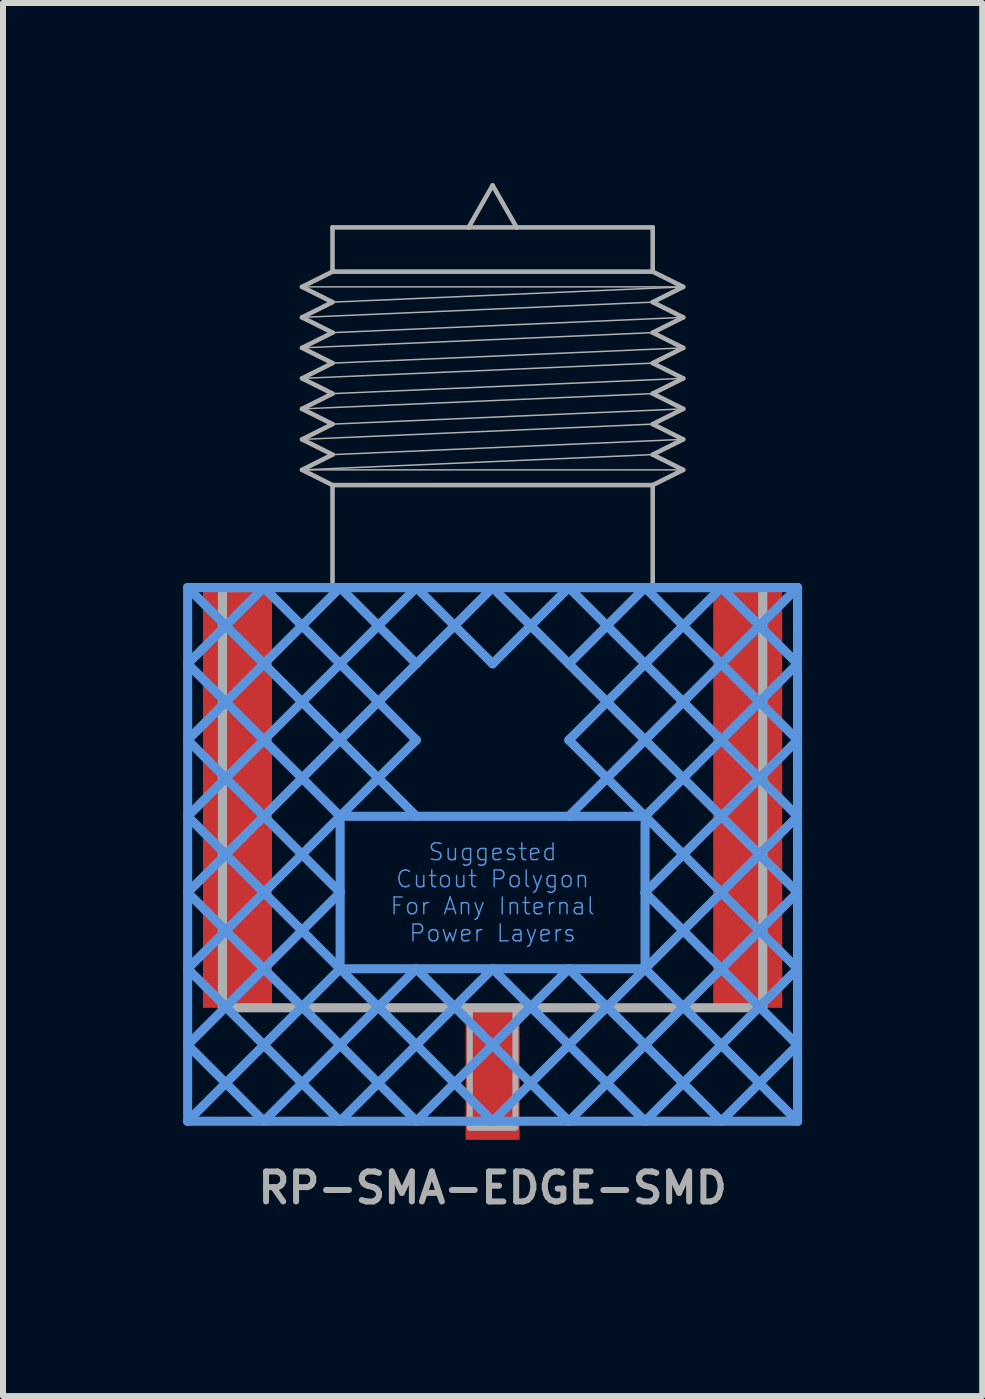
<source format=kicad_pcb>
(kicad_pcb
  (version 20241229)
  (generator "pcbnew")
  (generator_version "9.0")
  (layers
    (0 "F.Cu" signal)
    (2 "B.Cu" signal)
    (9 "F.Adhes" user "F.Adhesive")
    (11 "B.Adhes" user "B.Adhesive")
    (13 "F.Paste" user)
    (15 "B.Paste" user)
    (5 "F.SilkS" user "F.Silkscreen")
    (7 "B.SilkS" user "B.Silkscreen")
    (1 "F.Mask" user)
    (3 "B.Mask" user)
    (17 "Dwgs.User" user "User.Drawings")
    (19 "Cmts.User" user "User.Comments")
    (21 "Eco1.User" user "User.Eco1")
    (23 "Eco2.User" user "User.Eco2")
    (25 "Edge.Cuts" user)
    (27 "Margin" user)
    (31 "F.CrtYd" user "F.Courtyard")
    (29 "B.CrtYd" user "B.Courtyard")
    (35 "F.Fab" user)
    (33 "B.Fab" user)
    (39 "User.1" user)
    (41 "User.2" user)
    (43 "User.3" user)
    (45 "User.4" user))
  (footprint "RP-SMA-EDGE-SMD"
    (layer "F.Cu")
    (at 5.156 6.738)
    (property "Reference" "RP-SMA-EDGE-SMD" (at 0 10 0) (layer "F.Fab") (effects (font (size 0.5 0.5) (thickness 0.1) (bold yes))))
    (fp_poly (pts (xy -4.93 7) (xy -3.68 7) (xy -3.68 0) (xy -4.93 0)) (stroke (width 0) (type default)) (fill yes) (layer "F.Paste"))
    (fp_poly (pts (xy -0.55 9.39) (xy 0.55 9.39) (xy 0.55 6.99) (xy -0.55 6.99)) (stroke (width 0) (type default)) (fill yes) (layer "F.Paste"))
    (fp_poly (pts (xy 3.68 7) (xy 4.93 7) (xy 4.93 0) (xy 3.68 0)) (stroke (width 0) (type default)) (fill yes) (layer "F.Paste"))
    (fp_line (start -5.08 0) (end -5.08 1.27) (stroke (width 0.152) (type solid)) (layer "Cmts.User"))
    (fp_line (start -5.08 0) (end -1.27 3.81) (stroke (width 0.152) (type solid)) (layer "Cmts.User"))
    (fp_line (start -5.08 1.27) (end -5.08 2.54) (stroke (width 0.152) (type solid)) (layer "Cmts.User"))
    (fp_line (start -5.08 1.27) (end -2.54 3.81) (stroke (width 0.152) (type solid)) (layer "Cmts.User"))
    (fp_line (start -5.08 2.54) (end -5.08 3.81) (stroke (width 0.152) (type solid)) (layer "Cmts.User"))
    (fp_line (start -5.08 2.54) (end -2.54 5.08) (stroke (width 0.152) (type solid)) (layer "Cmts.User"))
    (fp_line (start -5.08 3.81) (end -5.08 5.08) (stroke (width 0.152) (type solid)) (layer "Cmts.User"))
    (fp_line (start -5.08 3.81) (end -2.54 6.35) (stroke (width 0.152) (type solid)) (layer "Cmts.User"))
    (fp_line (start -5.08 5.08) (end -5.08 6.35) (stroke (width 0.152) (type solid)) (layer "Cmts.User"))
    (fp_line (start -5.08 5.08) (end -1.27 8.89) (stroke (width 0.152) (type solid)) (layer "Cmts.User"))
    (fp_line (start -5.08 6.35) (end -5.08 7.62) (stroke (width 0.152) (type solid)) (layer "Cmts.User"))
    (fp_line (start -5.08 6.35) (end -2.54 8.89) (stroke (width 0.152) (type solid)) (layer "Cmts.User"))
    (fp_line (start -5.08 7.62) (end -5.08 8.89) (stroke (width 0.152) (type solid)) (layer "Cmts.User"))
    (fp_line (start -5.08 7.62) (end -3.81 8.89) (stroke (width 0.152) (type solid)) (layer "Cmts.User"))
    (fp_line (start -5.08 8.89) (end -3.81 8.89) (stroke (width 0.152) (type solid)) (layer "Cmts.User"))
    (fp_line (start -3.81 0) (end -5.08 0) (stroke (width 0.152) (type solid)) (layer "Cmts.User"))
    (fp_line (start -3.81 0) (end -5.08 1.27) (stroke (width 0.152) (type solid)) (layer "Cmts.User"))
    (fp_line (start -3.81 0) (end -1.27 2.54) (stroke (width 0.152) (type solid)) (layer "Cmts.User"))
    (fp_line (start -3.81 8.89) (end -2.54 8.89) (stroke (width 0.152) (type solid)) (layer "Cmts.User"))
    (fp_line (start -2.54 0) (end -5.08 2.54) (stroke (width 0.152) (type solid)) (layer "Cmts.User"))
    (fp_line (start -2.54 0) (end -3.81 0) (stroke (width 0.152) (type solid)) (layer "Cmts.User"))
    (fp_line (start -2.54 0) (end -1.27 1.27) (stroke (width 0.152) (type solid)) (layer "Cmts.User"))
    (fp_line (start -2.54 3.81) (end -5.08 6.35) (stroke (width 0.152) (type solid)) (layer "Cmts.User"))
    (fp_line (start -2.54 3.81) (end -2.54 5.08) (stroke (width 0.152) (type solid)) (layer "Cmts.User"))
    (fp_line (start -2.54 5.08) (end -5.08 7.62) (stroke (width 0.152) (type solid)) (layer "Cmts.User"))
    (fp_line (start -2.54 5.08) (end -2.54 6.35) (stroke (width 0.152) (type solid)) (layer "Cmts.User"))
    (fp_line (start -2.54 6.35) (end -5.08 8.89) (stroke (width 0.152) (type solid)) (layer "Cmts.User"))
    (fp_line (start -2.54 6.35) (end -1.27 6.35) (stroke (width 0.152) (type solid)) (layer "Cmts.User"))
    (fp_line (start -2.54 6.35) (end 0 8.89) (stroke (width 0.152) (type solid)) (layer "Cmts.User"))
    (fp_line (start -2.54 8.89) (end -1.27 8.89) (stroke (width 0.152) (type solid)) (layer "Cmts.User"))
    (fp_line (start -1.27 0) (end -5.08 3.81) (stroke (width 0.152) (type solid)) (layer "Cmts.User"))
    (fp_line (start -1.27 0) (end -2.54 0) (stroke (width 0.152) (type solid)) (layer "Cmts.User"))
    (fp_line (start -1.27 0) (end 0 1.27) (stroke (width 0.152) (type solid)) (layer "Cmts.User"))
    (fp_line (start -1.27 1.27) (end -5.08 5.08) (stroke (width 0.152) (type solid)) (layer "Cmts.User"))
    (fp_line (start -1.27 2.54) (end -2.54 3.81) (stroke (width 0.152) (type solid)) (layer "Cmts.User"))
    (fp_line (start -1.27 3.81) (end -2.54 3.81) (stroke (width 0.152) (type solid)) (layer "Cmts.User"))
    (fp_line (start -1.27 6.35) (end -3.81 8.89) (stroke (width 0.152) (type solid)) (layer "Cmts.User"))
    (fp_line (start -1.27 6.35) (end 0 6.35) (stroke (width 0.152) (type solid)) (layer "Cmts.User"))
    (fp_line (start -1.27 6.35) (end 1.27 8.89) (stroke (width 0.152) (type solid)) (layer "Cmts.User"))
    (fp_line (start -1.27 8.89) (end 0 8.89) (stroke (width 0.152) (type solid)) (layer "Cmts.User"))
    (fp_line (start 0 0) (end -1.27 0) (stroke (width 0.152) (type solid)) (layer "Cmts.User"))
    (fp_line (start 0 0) (end -1.27 1.27) (stroke (width 0.152) (type solid)) (layer "Cmts.User"))
    (fp_line (start 0 0) (end 1.27 1.27) (stroke (width 0.152) (type solid)) (layer "Cmts.User"))
    (fp_line (start 0 6.35) (end -2.54 8.89) (stroke (width 0.152) (type solid)) (layer "Cmts.User"))
    (fp_line (start 0 6.35) (end 1.27 6.35) (stroke (width 0.152) (type solid)) (layer "Cmts.User"))
    (fp_line (start 0 6.35) (end 2.54 8.89) (stroke (width 0.152) (type solid)) (layer "Cmts.User"))
    (fp_line (start 0 8.89) (end 1.27 8.89) (stroke (width 0.152) (type solid)) (layer "Cmts.User"))
    (fp_line (start 1.27 0) (end 0 0) (stroke (width 0.152) (type solid)) (layer "Cmts.User"))
    (fp_line (start 1.27 0) (end 0 1.27) (stroke (width 0.152) (type solid)) (layer "Cmts.User"))
    (fp_line (start 1.27 0) (end 5.08 3.81) (stroke (width 0.152) (type solid)) (layer "Cmts.User"))
    (fp_line (start 1.27 1.27) (end 5.08 5.08) (stroke (width 0.152) (type solid)) (layer "Cmts.User"))
    (fp_line (start 1.27 2.54) (end 2.54 3.81) (stroke (width 0.152) (type solid)) (layer "Cmts.User"))
    (fp_line (start 1.27 3.81) (end -1.27 3.81) (stroke (width 0.152) (type solid)) (layer "Cmts.User"))
    (fp_line (start 1.27 6.35) (end -1.27 8.89) (stroke (width 0.152) (type solid)) (layer "Cmts.User"))
    (fp_line (start 1.27 6.35) (end 2.54 6.35) (stroke (width 0.152) (type solid)) (layer "Cmts.User"))
    (fp_line (start 1.27 6.35) (end 3.81 8.89) (stroke (width 0.152) (type solid)) (layer "Cmts.User"))
    (fp_line (start 1.27 8.89) (end 2.54 8.89) (stroke (width 0.152) (type solid)) (layer "Cmts.User"))
    (fp_line (start 2.54 0) (end 1.27 0) (stroke (width 0.152) (type solid)) (layer "Cmts.User"))
    (fp_line (start 2.54 0) (end 1.27 1.27) (stroke (width 0.152) (type solid)) (layer "Cmts.User"))
    (fp_line (start 2.54 0) (end 5.08 2.54) (stroke (width 0.152) (type solid)) (layer "Cmts.User"))
    (fp_line (start 2.54 3.81) (end 1.27 3.81) (stroke (width 0.152) (type solid)) (layer "Cmts.User"))
    (fp_line (start 2.54 3.81) (end 5.08 6.35) (stroke (width 0.152) (type solid)) (layer "Cmts.User"))
    (fp_line (start 2.54 5.08) (end 2.54 3.81) (stroke (width 0.152) (type solid)) (layer "Cmts.User"))
    (fp_line (start 2.54 5.08) (end 5.08 7.62) (stroke (width 0.152) (type solid)) (layer "Cmts.User"))
    (fp_line (start 2.54 6.35) (end 0 8.89) (stroke (width 0.152) (type solid)) (layer "Cmts.User"))
    (fp_line (start 2.54 6.35) (end 2.54 5.08) (stroke (width 0.152) (type solid)) (layer "Cmts.User"))
    (fp_line (start 2.54 6.35) (end 5.08 8.89) (stroke (width 0.152) (type solid)) (layer "Cmts.User"))
    (fp_line (start 2.54 8.89) (end 3.81 8.89) (stroke (width 0.152) (type solid)) (layer "Cmts.User"))
    (fp_line (start 3.81 0) (end 1.27 2.54) (stroke (width 0.152) (type solid)) (layer "Cmts.User"))
    (fp_line (start 3.81 0) (end 2.54 0) (stroke (width 0.152) (type solid)) (layer "Cmts.User"))
    (fp_line (start 3.81 8.89) (end 5.08 8.89) (stroke (width 0.152) (type solid)) (layer "Cmts.User"))
    (fp_line (start 5.08 0) (end 1.27 3.81) (stroke (width 0.152) (type solid)) (layer "Cmts.User"))
    (fp_line (start 5.08 0) (end 3.81 0) (stroke (width 0.152) (type solid)) (layer "Cmts.User"))
    (fp_line (start 5.08 1.27) (end 2.54 3.81) (stroke (width 0.152) (type solid)) (layer "Cmts.User"))
    (fp_line (start 5.08 1.27) (end 3.81 0) (stroke (width 0.152) (type solid)) (layer "Cmts.User"))
    (fp_line (start 5.08 1.27) (end 5.08 0) (stroke (width 0.152) (type solid)) (layer "Cmts.User"))
    (fp_line (start 5.08 2.54) (end 2.54 5.08) (stroke (width 0.152) (type solid)) (layer "Cmts.User"))
    (fp_line (start 5.08 2.54) (end 5.08 1.27) (stroke (width 0.152) (type solid)) (layer "Cmts.User"))
    (fp_line (start 5.08 3.81) (end 2.54 6.35) (stroke (width 0.152) (type solid)) (layer "Cmts.User"))
    (fp_line (start 5.08 3.81) (end 5.08 2.54) (stroke (width 0.152) (type solid)) (layer "Cmts.User"))
    (fp_line (start 5.08 5.08) (end 1.27 8.89) (stroke (width 0.152) (type solid)) (layer "Cmts.User"))
    (fp_line (start 5.08 5.08) (end 5.08 3.81) (stroke (width 0.152) (type solid)) (layer "Cmts.User"))
    (fp_line (start 5.08 6.35) (end 2.54 8.89) (stroke (width 0.152) (type solid)) (layer "Cmts.User"))
    (fp_line (start 5.08 6.35) (end 5.08 5.08) (stroke (width 0.152) (type solid)) (layer "Cmts.User"))
    (fp_line (start 5.08 7.62) (end 3.81 8.89) (stroke (width 0.152) (type solid)) (layer "Cmts.User"))
    (fp_line (start 5.08 7.62) (end 5.08 6.35) (stroke (width 0.152) (type solid)) (layer "Cmts.User"))
    (fp_line (start 5.08 8.89) (end 5.08 7.62) (stroke (width 0.152) (type solid)) (layer "Cmts.User"))
    (fp_line (start -4.5 0) (end -2.667 0) (stroke (width 0.152) (type solid)) (layer "F.Fab"))
    (fp_line (start -4.5 7) (end -4.5 0) (stroke (width 0.152) (type solid)) (layer "F.Fab"))
    (fp_line (start -3.175 -5.009) (end -2.667 -5.263) (stroke (width 0.076) (type solid)) (layer "F.Fab"))
    (fp_line (start -3.175 -4.501) (end -2.667 -4.755) (stroke (width 0.076) (type solid)) (layer "F.Fab"))
    (fp_line (start -3.175 -4.501) (end 2.667 -4.755) (stroke (width 0.025) (type solid)) (layer "F.Fab"))
    (fp_line (start -3.175 -3.993) (end -2.667 -4.247) (stroke (width 0.076) (type solid)) (layer "F.Fab"))
    (fp_line (start -3.175 -3.993) (end -2.667 -3.739) (stroke (width 0.076) (type solid)) (layer "F.Fab"))
    (fp_line (start -3.175 -3.993) (end 2.667 -4.247) (stroke (width 0.025) (type solid)) (layer "F.Fab"))
    (fp_line (start -3.175 -3.485) (end -2.667 -3.739) (stroke (width 0.076) (type solid)) (layer "F.Fab"))
    (fp_line (start -3.175 -3.485) (end 2.667 -3.739) (stroke (width 0.025) (type solid)) (layer "F.Fab"))
    (fp_line (start -3.175 -2.977) (end -2.667 -3.231) (stroke (width 0.076) (type solid)) (layer "F.Fab"))
    (fp_line (start -3.175 -2.977) (end 2.667 -3.231) (stroke (width 0.025) (type solid)) (layer "F.Fab"))
    (fp_line (start -3.175 -2.469) (end -2.667 -2.723) (stroke (width 0.076) (type solid)) (layer "F.Fab"))
    (fp_line (start -3.175 -2.469) (end 2.667 -2.723) (stroke (width 0.025) (type solid)) (layer "F.Fab"))
    (fp_line (start -3.175 -1.961) (end -2.667 -2.215) (stroke (width 0.076) (type solid)) (layer "F.Fab"))
    (fp_line (start -3.175 -1.961) (end 2.667 -2.215) (stroke (width 0.025) (type solid)) (layer "F.Fab"))
    (fp_line (start -3.175 -1.961) (end 3.175 -1.961) (stroke (width 0.025) (type solid)) (layer "F.Fab"))
    (fp_line (start -2.667 -6) (end -0.4 -6) (stroke (width 0.076) (type solid)) (layer "F.Fab"))
    (fp_line (start -2.667 -5.263) (end -2.667 -6) (stroke (width 0.076) (type solid)) (layer "F.Fab"))
    (fp_line (start -2.667 -5.263) (end 2.667 -5.263) (stroke (width 0.076) (type solid)) (layer "F.Fab"))
    (fp_line (start -2.667 -4.755) (end -3.175 -5.009) (stroke (width 0.076) (type solid)) (layer "F.Fab"))
    (fp_line (start -2.667 -4.755) (end 3.175 -5.009) (stroke (width 0.025) (type solid)) (layer "F.Fab"))
    (fp_line (start -2.667 -4.247) (end -3.175 -4.501) (stroke (width 0.076) (type solid)) (layer "F.Fab"))
    (fp_line (start -2.667 -4.247) (end 3.175 -4.501) (stroke (width 0.025) (type solid)) (layer "F.Fab"))
    (fp_line (start -2.667 -3.739) (end 3.175 -3.993) (stroke (width 0.025) (type solid)) (layer "F.Fab"))
    (fp_line (start -2.667 -3.231) (end -3.175 -3.485) (stroke (width 0.076) (type solid)) (layer "F.Fab"))
    (fp_line (start -2.667 -3.231) (end 3.175 -3.485) (stroke (width 0.025) (type solid)) (layer "F.Fab"))
    (fp_line (start -2.667 -2.723) (end -3.175 -2.977) (stroke (width 0.076) (type solid)) (layer "F.Fab"))
    (fp_line (start -2.667 -2.723) (end 3.175 -2.977) (stroke (width 0.025) (type solid)) (layer "F.Fab"))
    (fp_line (start -2.667 -2.215) (end -3.175 -2.469) (stroke (width 0.076) (type solid)) (layer "F.Fab"))
    (fp_line (start -2.667 -2.215) (end 3.175 -2.469) (stroke (width 0.025) (type solid)) (layer "F.Fab"))
    (fp_line (start -2.667 -1.707) (end -3.175 -1.961) (stroke (width 0.076) (type solid)) (layer "F.Fab"))
    (fp_line (start -2.667 -1.707) (end 2.667 -1.707) (stroke (width 0.076) (type solid)) (layer "F.Fab"))
    (fp_line (start -2.667 0) (end -2.667 -1.707) (stroke (width 0.076) (type solid)) (layer "F.Fab"))
    (fp_line (start -2.667 0) (end 2.667 0) (stroke (width 0.152) (type solid)) (layer "F.Fab"))
    (fp_line (start -0.4 -6) (end 0 -6.7) (stroke (width 0.076) (type solid)) (layer "F.Fab"))
    (fp_line (start -0.4 -6) (end 0.4 -6) (stroke (width 0.076) (type solid)) (layer "F.Fab"))
    (fp_line (start 0 -6.7) (end 0.4 -6) (stroke (width 0.076) (type solid)) (layer "F.Fab"))
    (fp_line (start 0.4 -6) (end 2.667 -6) (stroke (width 0.076) (type solid)) (layer "F.Fab"))
    (fp_line (start 2.667 -6) (end 2.667 -5.263) (stroke (width 0.076) (type solid)) (layer "F.Fab"))
    (fp_line (start 2.667 -5.263) (end 3.175 -5.009) (stroke (width 0.076) (type solid)) (layer "F.Fab"))
    (fp_line (start 2.667 -4.755) (end 3.175 -4.501) (stroke (width 0.076) (type solid)) (layer "F.Fab"))
    (fp_line (start 2.667 -4.247) (end 3.175 -3.993) (stroke (width 0.076) (type solid)) (layer "F.Fab"))
    (fp_line (start 2.667 -3.739) (end 3.175 -3.485) (stroke (width 0.076) (type solid)) (layer "F.Fab"))
    (fp_line (start 2.667 -3.231) (end 3.175 -2.977) (stroke (width 0.076) (type solid)) (layer "F.Fab"))
    (fp_line (start 2.667 -2.723) (end 3.175 -2.469) (stroke (width 0.076) (type solid)) (layer "F.Fab"))
    (fp_line (start 2.667 -2.215) (end 3.175 -1.961) (stroke (width 0.076) (type solid)) (layer "F.Fab"))
    (fp_line (start 2.667 -1.707) (end 2.667 0) (stroke (width 0.076) (type solid)) (layer "F.Fab"))
    (fp_line (start 2.667 0) (end 4.5 0) (stroke (width 0.152) (type solid)) (layer "F.Fab"))
    (fp_line (start 3.175 -5.009) (end -3.175 -5.009) (stroke (width 0.025) (type solid)) (layer "F.Fab"))
    (fp_line (start 3.175 -5.009) (end 2.667 -4.755) (stroke (width 0.076) (type solid)) (layer "F.Fab"))
    (fp_line (start 3.175 -4.501) (end 2.667 -4.247) (stroke (width 0.076) (type solid)) (layer "F.Fab"))
    (fp_line (start 3.175 -3.993) (end 2.667 -3.739) (stroke (width 0.076) (type solid)) (layer "F.Fab"))
    (fp_line (start 3.175 -3.485) (end 2.667 -3.231) (stroke (width 0.076) (type solid)) (layer "F.Fab"))
    (fp_line (start 3.175 -2.977) (end 2.667 -2.723) (stroke (width 0.076) (type solid)) (layer "F.Fab"))
    (fp_line (start 3.175 -2.469) (end 2.667 -2.215) (stroke (width 0.076) (type solid)) (layer "F.Fab"))
    (fp_line (start 3.175 -1.961) (end 2.667 -1.707) (stroke (width 0.076) (type solid)) (layer "F.Fab"))
    (fp_line (start 4.5 0) (end 4.5 7) (stroke (width 0.152) (type solid)) (layer "F.Fab"))
    (fp_line (start 4.5 7) (end -4.5 7) (stroke (width 0.152) (type solid)) (layer "F.Fab"))
    (fp_poly (pts (xy 0.38 7) (xy -0.38 7) (xy -0.38 9) (xy 0.38 9)) (stroke (width 0.1) (type default)) (fill no) (layer "F.Fab"))
    (fp_text user "Suggested\nCutout Polygon\nFor Any Internal\nPower Layers" (at 0 5.08 0) (layer "Cmts.User") (effects (font (size 0.28 0.28) (thickness 0.024))))
    (pad "GND@0" smd rect (at -4.25 3.5) (size 1.15 7) (layers "F.Cu" "F.Mask"))
    (pad "GND@1" smd rect (at 4.25 3.5) (size 1.15 7) (layers "F.Cu" "F.Mask"))
    (pad "SIG" smd rect (at 0 8.1) (size 0.9 2.2) (layers "F.Cu" "F.Mask")))
  (gr_rect
    (start -3 -3)
    (end 13.312 20.206)
    (stroke (width 0.1) (type default))
    (fill no)
    (layer "Edge.Cuts")))
</source>
